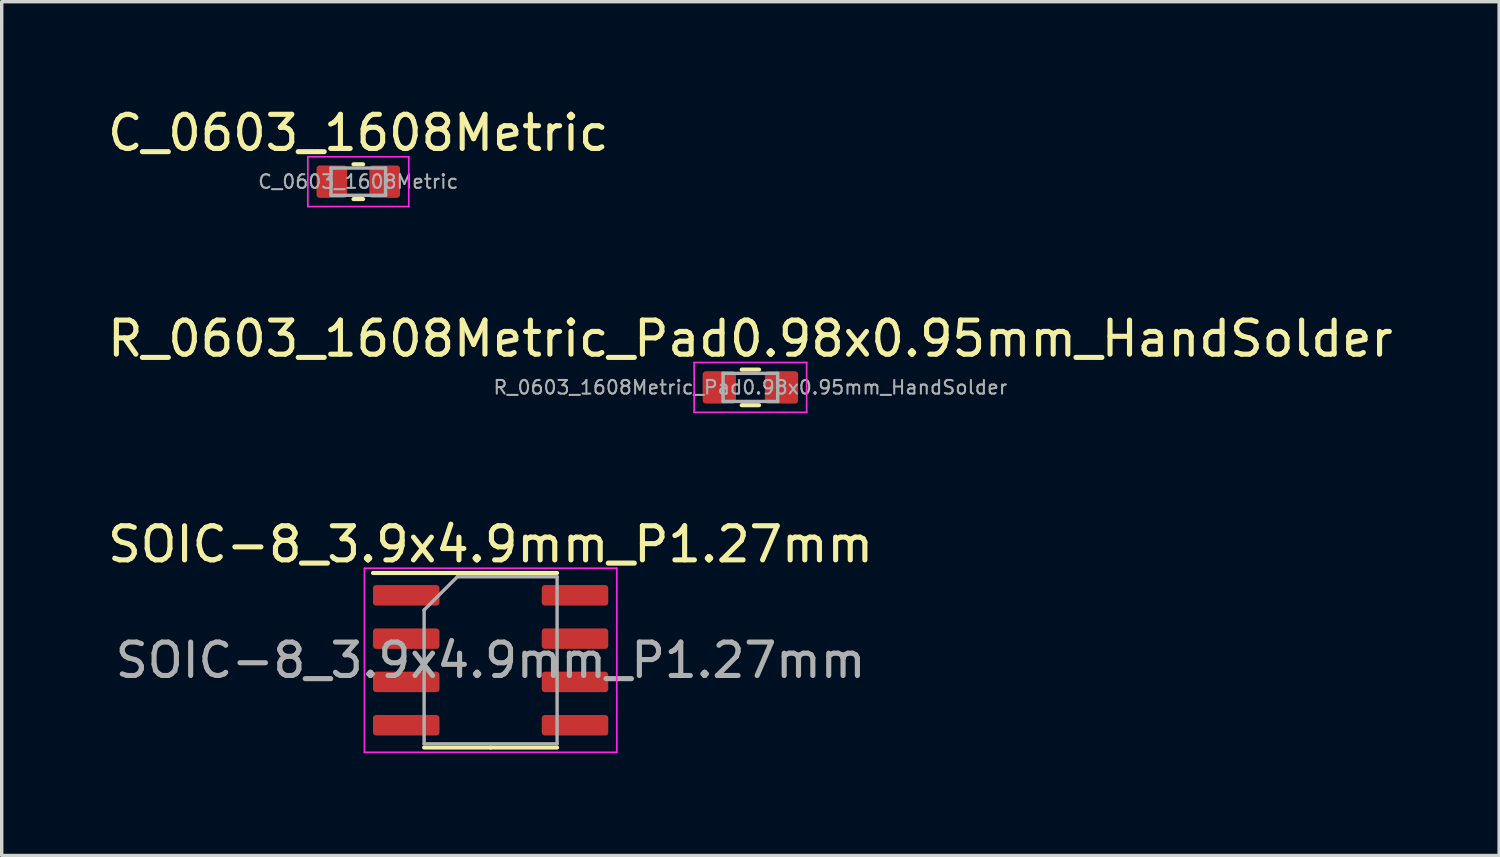
<source format=kicad_pcb>
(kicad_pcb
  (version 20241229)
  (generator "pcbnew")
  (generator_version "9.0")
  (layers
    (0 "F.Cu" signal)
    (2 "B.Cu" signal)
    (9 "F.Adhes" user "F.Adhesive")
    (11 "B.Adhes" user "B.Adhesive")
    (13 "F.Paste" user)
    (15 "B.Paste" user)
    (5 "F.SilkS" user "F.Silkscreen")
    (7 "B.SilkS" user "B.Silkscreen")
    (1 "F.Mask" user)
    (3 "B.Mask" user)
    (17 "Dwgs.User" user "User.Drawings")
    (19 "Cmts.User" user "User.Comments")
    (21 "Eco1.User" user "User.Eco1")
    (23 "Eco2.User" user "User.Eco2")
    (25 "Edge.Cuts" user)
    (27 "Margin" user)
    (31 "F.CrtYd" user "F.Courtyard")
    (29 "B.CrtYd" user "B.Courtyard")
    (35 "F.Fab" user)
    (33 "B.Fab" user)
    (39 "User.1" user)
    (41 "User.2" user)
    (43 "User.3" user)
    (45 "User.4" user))
  (footprint "C_0603_1608Metric"
    (layer "F.Cu")
    (at 7.458 2.278)
    (property "Reference" "C_0603_1608Metric" (at 0 -1.43 0) (layer "F.SilkS") (effects (font (size 1 1) (thickness 0.15))))
    (attr smd)
    (fp_line (start -0.141 -0.51) (end 0.141 -0.51) (stroke (width 0.12) (type solid)) (layer "F.SilkS"))
    (fp_line (start -0.141 0.51) (end 0.141 0.51) (stroke (width 0.12) (type solid)) (layer "F.SilkS"))
    (fp_line (start -1.48 -0.73) (end 1.48 -0.73) (stroke (width 0.05) (type solid)) (layer "F.CrtYd"))
    (fp_line (start -1.48 0.73) (end -1.48 -0.73) (stroke (width 0.05) (type solid)) (layer "F.CrtYd"))
    (fp_line (start 1.48 -0.73) (end 1.48 0.73) (stroke (width 0.05) (type solid)) (layer "F.CrtYd"))
    (fp_line (start 1.48 0.73) (end -1.48 0.73) (stroke (width 0.05) (type solid)) (layer "F.CrtYd"))
    (fp_line (start -0.8 -0.4) (end 0.8 -0.4) (stroke (width 0.1) (type solid)) (layer "F.Fab"))
    (fp_line (start -0.8 0.4) (end -0.8 -0.4) (stroke (width 0.1) (type solid)) (layer "F.Fab"))
    (fp_line (start 0.8 -0.4) (end 0.8 0.4) (stroke (width 0.1) (type solid)) (layer "F.Fab"))
    (fp_line (start 0.8 0.4) (end -0.8 0.4) (stroke (width 0.1) (type solid)) (layer "F.Fab"))
    (fp_text user "${REFERENCE}" (at 0 0 0) (layer "F.Fab") (effects (font (size 0.4 0.4) (thickness 0.06))))
    (pad "1" smd roundrect (at -0.775 0) (size 0.9 0.95) (layers "F.Cu" "F.Mask" "F.Paste") (roundrect_rratio 0.1))
    (pad "2" smd roundrect (at 0.775 0) (size 0.9 0.95) (layers "F.Cu" "F.Mask" "F.Paste") (roundrect_rratio 0.1)))
  (footprint "SOIC-8_3.9x4.9mm_P1.27mm"
    (layer "F.Cu")
    (at 11.339 16.315)
    (property "Reference" "SOIC-8_3.9x4.9mm_P1.27mm" (at 0 -3.4 0) (layer "F.SilkS") (effects (font (size 1 1) (thickness 0.15))))
    (attr smd)
    (fp_line (start 0 -2.56) (end -3.45 -2.56) (stroke (width 0.12) (type solid)) (layer "F.SilkS"))
    (fp_line (start 0 -2.56) (end 1.95 -2.56) (stroke (width 0.12) (type solid)) (layer "F.SilkS"))
    (fp_line (start 0 2.56) (end -1.95 2.56) (stroke (width 0.12) (type solid)) (layer "F.SilkS"))
    (fp_line (start 0 2.56) (end 1.95 2.56) (stroke (width 0.12) (type solid)) (layer "F.SilkS"))
    (fp_line (start -3.7 -2.7) (end -3.7 2.7) (stroke (width 0.05) (type solid)) (layer "F.CrtYd"))
    (fp_line (start -3.7 2.7) (end 3.7 2.7) (stroke (width 0.05) (type solid)) (layer "F.CrtYd"))
    (fp_line (start 3.7 -2.7) (end -3.7 -2.7) (stroke (width 0.05) (type solid)) (layer "F.CrtYd"))
    (fp_line (start 3.7 2.7) (end 3.7 -2.7) (stroke (width 0.05) (type solid)) (layer "F.CrtYd"))
    (fp_line (start -1.95 -1.475) (end -0.975 -2.45) (stroke (width 0.1) (type solid)) (layer "F.Fab"))
    (fp_line (start -1.95 2.45) (end -1.95 -1.475) (stroke (width 0.1) (type solid)) (layer "F.Fab"))
    (fp_line (start -0.975 -2.45) (end 1.95 -2.45) (stroke (width 0.1) (type solid)) (layer "F.Fab"))
    (fp_line (start 1.95 -2.45) (end 1.95 2.45) (stroke (width 0.1) (type solid)) (layer "F.Fab"))
    (fp_line (start 1.95 2.45) (end -1.95 2.45) (stroke (width 0.1) (type solid)) (layer "F.Fab"))
    (fp_text user "${REFERENCE}" (at 0 0 0) (layer "F.Fab") (effects (font (size 0.98 0.98) (thickness 0.15))))
    (pad "1" smd roundrect (at -2.475 -1.905) (size 1.95 0.6) (layers "F.Cu" "F.Mask" "F.Paste") (roundrect_rratio 0.15))
    (pad "2" smd roundrect (at -2.475 -0.635) (size 1.95 0.6) (layers "F.Cu" "F.Mask" "F.Paste") (roundrect_rratio 0.15))
    (pad "3" smd roundrect (at -2.475 0.635) (size 1.95 0.6) (layers "F.Cu" "F.Mask" "F.Paste") (roundrect_rratio 0.15))
    (pad "4" smd roundrect (at -2.475 1.905) (size 1.95 0.6) (layers "F.Cu" "F.Mask" "F.Paste") (roundrect_rratio 0.15))
    (pad "5" smd roundrect (at 2.475 1.905) (size 1.95 0.6) (layers "F.Cu" "F.Mask" "F.Paste") (roundrect_rratio 0.15))
    (pad "6" smd roundrect (at 2.475 0.635) (size 1.95 0.6) (layers "F.Cu" "F.Mask" "F.Paste") (roundrect_rratio 0.15))
    (pad "7" smd roundrect (at 2.475 -0.635) (size 1.95 0.6) (layers "F.Cu" "F.Mask" "F.Paste") (roundrect_rratio 0.15))
    (pad "8" smd roundrect (at 2.475 -1.905) (size 1.95 0.6) (layers "F.Cu" "F.Mask" "F.Paste") (roundrect_rratio 0.15)))
  (footprint "R_0603_1608Metric_Pad0.98x0.95mm_HandSolder"
    (layer "F.Cu")
    (at 18.958 8.312)
    (property "Reference" "R_0603_1608Metric_Pad0.98x0.95mm_HandSolder" (at 0 -1.43 0) (layer "F.SilkS") (effects (font (size 1 1) (thickness 0.15))))
    (attr smd)
    (fp_line (start -0.255 -0.522) (end 0.255 -0.522) (stroke (width 0.12) (type solid)) (layer "F.SilkS"))
    (fp_line (start -0.255 0.522) (end 0.255 0.522) (stroke (width 0.12) (type solid)) (layer "F.SilkS"))
    (fp_line (start -1.65 -0.73) (end 1.65 -0.73) (stroke (width 0.05) (type solid)) (layer "F.CrtYd"))
    (fp_line (start -1.65 0.73) (end -1.65 -0.73) (stroke (width 0.05) (type solid)) (layer "F.CrtYd"))
    (fp_line (start 1.65 -0.73) (end 1.65 0.73) (stroke (width 0.05) (type solid)) (layer "F.CrtYd"))
    (fp_line (start 1.65 0.73) (end -1.65 0.73) (stroke (width 0.05) (type solid)) (layer "F.CrtYd"))
    (fp_line (start -0.8 -0.412) (end 0.8 -0.412) (stroke (width 0.1) (type solid)) (layer "F.Fab"))
    (fp_line (start -0.8 0.412) (end -0.8 -0.412) (stroke (width 0.1) (type solid)) (layer "F.Fab"))
    (fp_line (start 0.8 -0.412) (end 0.8 0.412) (stroke (width 0.1) (type solid)) (layer "F.Fab"))
    (fp_line (start 0.8 0.412) (end -0.8 0.412) (stroke (width 0.1) (type solid)) (layer "F.Fab"))
    (fp_text user "${REFERENCE}" (at 0 0 0) (layer "F.Fab") (effects (font (size 0.4 0.4) (thickness 0.06))))
    (pad "1" smd roundrect (at -0.912 0) (size 0.975 0.95) (layers "F.Cu" "F.Mask" "F.Paste") (roundrect_rratio 0.1))
    (pad "2" smd roundrect (at 0.912 0) (size 0.975 0.95) (layers "F.Cu" "F.Mask" "F.Paste") (roundrect_rratio 0.1)))
  (gr_rect
    (start -3 -3)
    (end 40.917 22.04)
    (stroke (width 0.1) (type default))
    (fill no)
    (layer "Edge.Cuts")))
</source>
